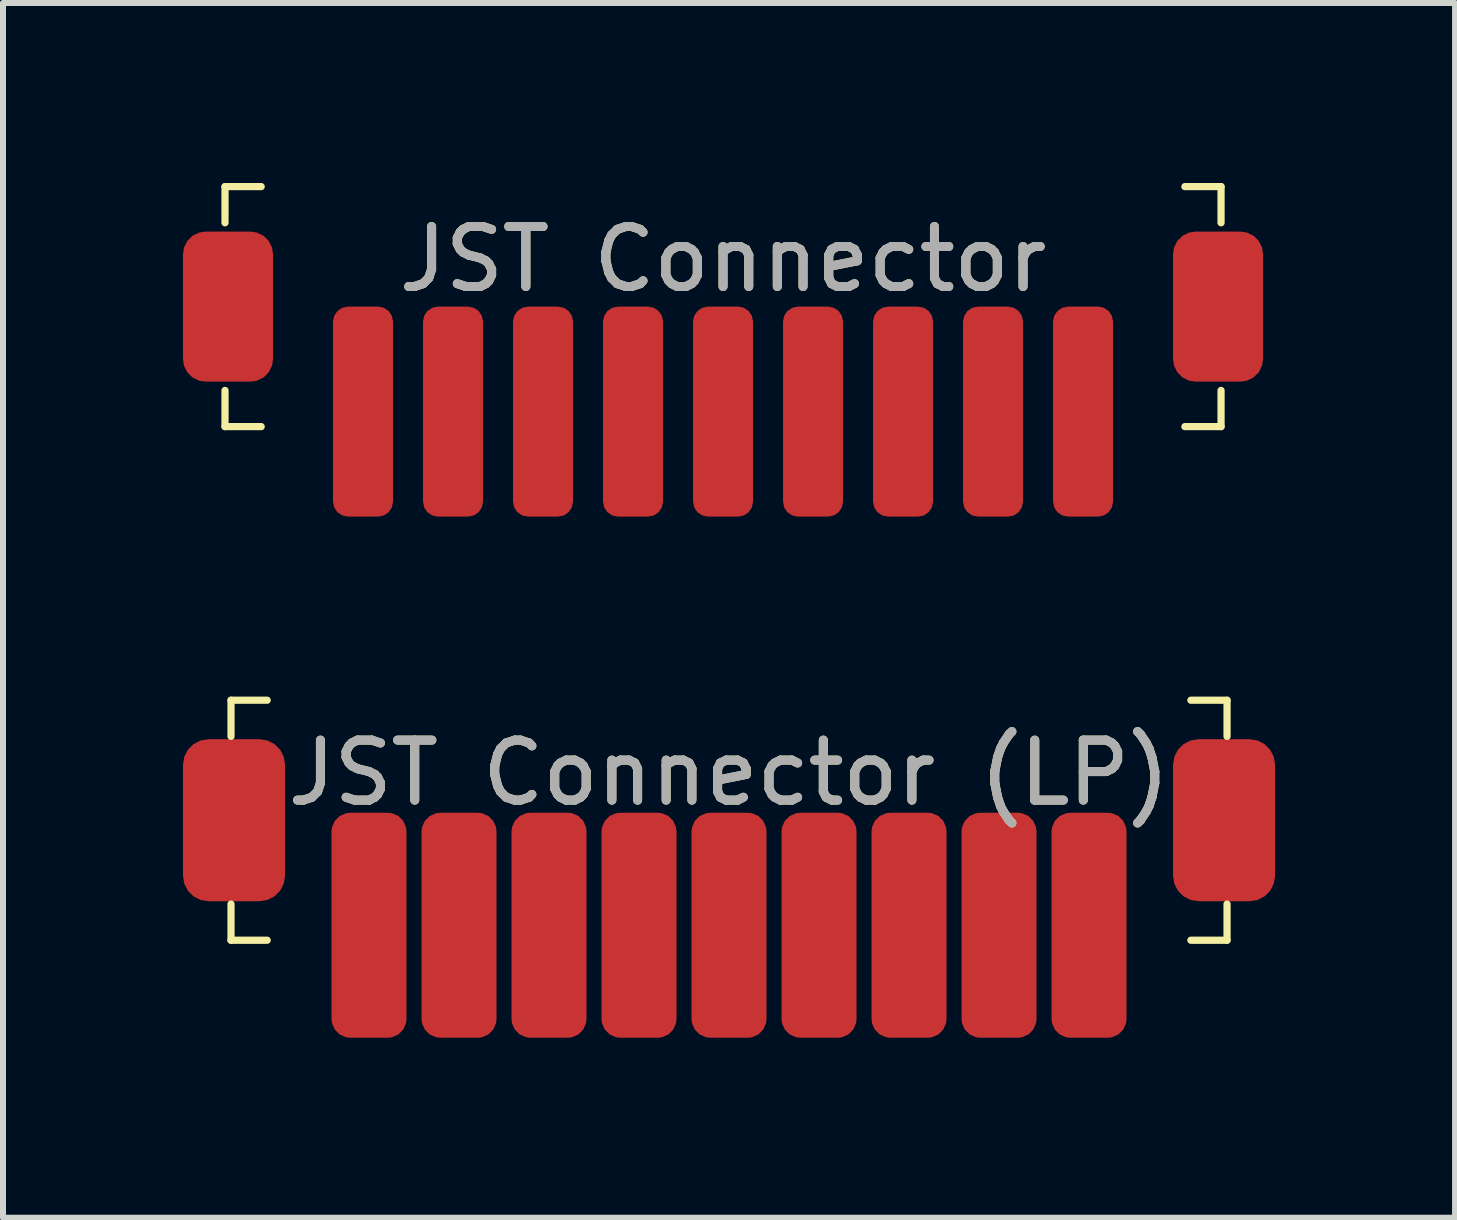
<source format=kicad_pcb>
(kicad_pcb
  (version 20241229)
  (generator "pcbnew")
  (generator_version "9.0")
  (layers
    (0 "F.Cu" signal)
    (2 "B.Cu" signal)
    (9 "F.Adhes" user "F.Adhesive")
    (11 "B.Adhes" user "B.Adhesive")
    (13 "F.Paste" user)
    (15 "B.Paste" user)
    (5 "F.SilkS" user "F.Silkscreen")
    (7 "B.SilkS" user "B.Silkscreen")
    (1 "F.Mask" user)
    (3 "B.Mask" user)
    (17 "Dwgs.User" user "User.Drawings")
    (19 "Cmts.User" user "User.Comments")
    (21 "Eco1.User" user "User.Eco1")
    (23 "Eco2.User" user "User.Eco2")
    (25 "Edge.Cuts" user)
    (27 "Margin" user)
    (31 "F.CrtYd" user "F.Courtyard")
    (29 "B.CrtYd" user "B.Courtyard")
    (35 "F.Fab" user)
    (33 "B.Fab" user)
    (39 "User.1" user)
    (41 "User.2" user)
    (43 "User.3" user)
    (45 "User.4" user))
  (footprint "JST Connector"
    (layer "F.Cu")
    (at 9 2.06)
    (property "Reference" "JST Connector" (at 0 -0.79 0) (unlocked yes) (layer "F.SilkS") (effects (font (size 1 1) (thickness 0.15))))
    (attr smd)
    (fp_line (start -8.3 -2) (end -8.3 -1.397) (stroke (width 0.12) (type solid)) (layer "F.SilkS"))
    (fp_line (start -8.3 2) (end -8.3 1.397) (stroke (width 0.12) (type solid)) (layer "F.SilkS"))
    (fp_line (start -7.697 -2) (end -8.3 -2) (stroke (width 0.12) (type solid)) (layer "F.SilkS"))
    (fp_line (start -7.697 2) (end -8.3 2) (stroke (width 0.12) (type solid)) (layer "F.SilkS"))
    (fp_line (start 7.697 -2) (end 8.3 -2) (stroke (width 0.12) (type solid)) (layer "F.SilkS"))
    (fp_line (start 7.697 2) (end 8.3 2) (stroke (width 0.12) (type solid)) (layer "F.SilkS"))
    (fp_line (start 8.3 -2) (end 8.3 -1.397) (stroke (width 0.12) (type solid)) (layer "F.SilkS"))
    (fp_line (start 8.3 2) (end 8.3 1.397) (stroke (width 0.12) (type solid)) (layer "F.SilkS"))
    (fp_text user "${REFERENCE}" (at 0 -0.79 0) (unlocked yes) (layer "F.Fab") (effects (font (size 1 1) (thickness 0.15))))
    (pad "0" smd roundrect (at -8.25 0 90) (size 2.5 1.5) (layers "F.Cu" "F.Mask" "F.Paste") (roundrect_rratio 0.25))
    (pad "0" smd roundrect (at 8.25 0 90) (size 2.5 1.5) (layers "F.Cu" "F.Mask" "F.Paste") (roundrect_rratio 0.25))
    (pad "1" smd roundrect (at -6 1.75 90) (size 3.5 1) (layers "F.Cu" "F.Mask" "F.Paste") (roundrect_rratio 0.25))
    (pad "2" smd roundrect (at -4.5 1.75 90) (size 3.5 1) (layers "F.Cu" "F.Mask" "F.Paste") (roundrect_rratio 0.25))
    (pad "3" smd roundrect (at -3 1.75 90) (size 3.5 1) (layers "F.Cu" "F.Mask" "F.Paste") (roundrect_rratio 0.25))
    (pad "4" smd roundrect (at -1.5 1.75 90) (size 3.5 1) (layers "F.Cu" "F.Mask" "F.Paste") (roundrect_rratio 0.25))
    (pad "5" smd roundrect (at 0 1.75 90) (size 3.5 1) (layers "F.Cu" "F.Mask" "F.Paste") (roundrect_rratio 0.25))
    (pad "6" smd roundrect (at 1.5 1.75 90) (size 3.5 1) (layers "F.Cu" "F.Mask" "F.Paste") (roundrect_rratio 0.25))
    (pad "7" smd roundrect (at 3 1.75 90) (size 3.5 1) (layers "F.Cu" "F.Mask" "F.Paste") (roundrect_rratio 0.25))
    (pad "8" smd roundrect (at 4.5 1.75 90) (size 3.5 1) (layers "F.Cu" "F.Mask" "F.Paste") (roundrect_rratio 0.25))
    (pad "9" smd roundrect (at 6 1.75 90) (size 3.5 1) (layers "F.Cu" "F.Mask" "F.Paste") (roundrect_rratio 0.25)))
  (footprint "JST Connector (LP)"
    (layer "F.Cu")
    (at 9.1 10.62)
    (property "Reference" "JST Connector (LP)" (at 0 -0.79 0) (unlocked yes) (layer "F.SilkS") (effects (font (size 1 1) (thickness 0.15))))
    (attr smd)
    (fp_line (start -8.3 -2) (end -8.3 -1.397) (stroke (width 0.12) (type solid)) (layer "F.SilkS"))
    (fp_line (start -8.3 2) (end -8.3 1.397) (stroke (width 0.12) (type solid)) (layer "F.SilkS"))
    (fp_line (start -7.697 -2) (end -8.3 -2) (stroke (width 0.12) (type solid)) (layer "F.SilkS"))
    (fp_line (start -7.697 2) (end -8.3 2) (stroke (width 0.12) (type solid)) (layer "F.SilkS"))
    (fp_line (start 7.697 -2) (end 8.3 -2) (stroke (width 0.12) (type solid)) (layer "F.SilkS"))
    (fp_line (start 7.697 2) (end 8.3 2) (stroke (width 0.12) (type solid)) (layer "F.SilkS"))
    (fp_line (start 8.3 -2) (end 8.3 -1.397) (stroke (width 0.12) (type solid)) (layer "F.SilkS"))
    (fp_line (start 8.3 2) (end 8.3 1.397) (stroke (width 0.12) (type solid)) (layer "F.SilkS"))
    (fp_text user "${REFERENCE}" (at 0 -0.79 0) (unlocked yes) (layer "F.Fab") (effects (font (size 1 1) (thickness 0.15))))
    (pad "" smd roundrect (at -8.25 0 90) (size 2.4 1.4) (layers "F.Mask" "F.Paste") (roundrect_rratio 0.25))
    (pad "" smd roundrect (at -6 1.75 90) (size 3.5 1) (layers "F.Mask" "F.Paste") (roundrect_rratio 0.25))
    (pad "" smd roundrect (at -4.5 1.75 90) (size 3.5 1) (layers "F.Mask" "F.Paste") (roundrect_rratio 0.25))
    (pad "" smd roundrect (at -3 1.75 90) (size 3.5 1) (layers "F.Mask" "F.Paste") (roundrect_rratio 0.25))
    (pad "" smd roundrect (at -1.5 1.75 90) (size 3.5 1) (layers "F.Mask" "F.Paste") (roundrect_rratio 0.25))
    (pad "" smd roundrect (at 0 1.75 90) (size 3.5 1) (layers "F.Mask" "F.Paste") (roundrect_rratio 0.25))
    (pad "" smd roundrect (at 1.5 1.75 90) (size 3.5 1) (layers "F.Mask" "F.Paste") (roundrect_rratio 0.25))
    (pad "" smd roundrect (at 3 1.75 90) (size 3.5 1) (layers "F.Mask" "F.Paste") (roundrect_rratio 0.25))
    (pad "" smd roundrect (at 4.5 1.75 90) (size 3.5 1) (layers "F.Mask" "F.Paste") (roundrect_rratio 0.25))
    (pad "" smd roundrect (at 6 1.75 90) (size 3.5 1) (layers "F.Mask" "F.Paste") (roundrect_rratio 0.25))
    (pad "" smd roundrect (at 8.25 0 90) (size 2.4 1.4) (layers "F.Mask" "F.Paste") (roundrect_rratio 0.25))
    (pad "0" smd roundrect (at -8.25 0 90) (size 2.7 1.7) (layers "F.Cu" "F.Paste") (roundrect_rratio 0.25))
    (pad "0" smd roundrect (at 8.25 0 90) (size 2.7 1.7) (layers "F.Cu" "F.Paste") (roundrect_rratio 0.25))
    (pad "1" smd roundrect (at -6 1.75 90) (size 3.75 1.25) (layers "F.Cu" "F.Paste") (roundrect_rratio 0.25))
    (pad "2" smd roundrect (at -4.5 1.75 90) (size 3.75 1.25) (layers "F.Cu" "F.Paste") (roundrect_rratio 0.25))
    (pad "3" smd roundrect (at -3 1.75 90) (size 3.75 1.25) (layers "F.Cu" "F.Paste") (roundrect_rratio 0.25))
    (pad "4" smd roundrect (at -1.5 1.75 90) (size 3.75 1.25) (layers "F.Cu" "F.Paste") (roundrect_rratio 0.25))
    (pad "5" smd roundrect (at 0 1.75 90) (size 3.75 1.25) (layers "F.Cu" "F.Paste") (roundrect_rratio 0.25))
    (pad "6" smd roundrect (at 1.5 1.75 90) (size 3.75 1.25) (layers "F.Cu" "F.Paste") (roundrect_rratio 0.25))
    (pad "7" smd roundrect (at 3 1.75 90) (size 3.75 1.25) (layers "F.Cu" "F.Paste") (roundrect_rratio 0.25))
    (pad "8" smd roundrect (at 4.5 1.75 90) (size 3.75 1.25) (layers "F.Cu" "F.Paste") (roundrect_rratio 0.25))
    (pad "9" smd roundrect (at 6 1.75 90) (size 3.75 1.25) (layers "F.Cu" "F.Paste") (roundrect_rratio 0.25)))
  (gr_rect
    (start -3 -3)
    (end 21.2 17.245)
    (stroke (width 0.1) (type default))
    (fill no)
    (layer "Edge.Cuts")))
</source>
